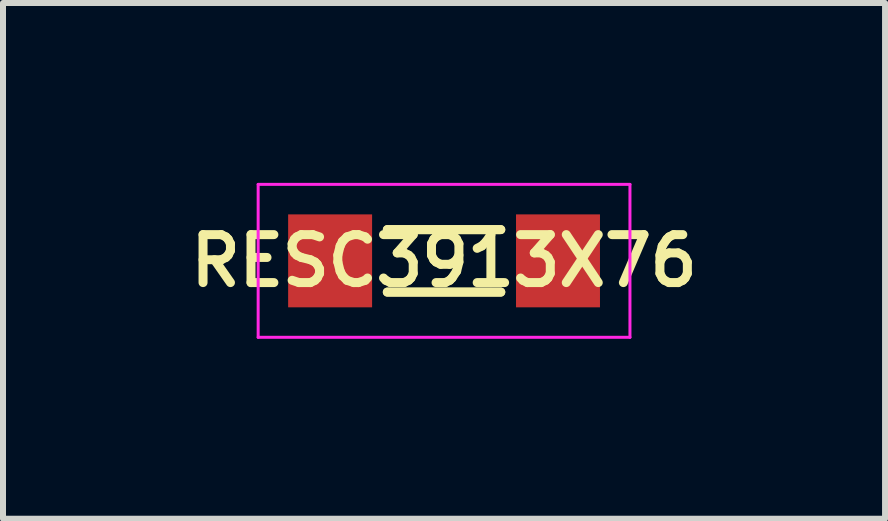
<source format=kicad_pcb>
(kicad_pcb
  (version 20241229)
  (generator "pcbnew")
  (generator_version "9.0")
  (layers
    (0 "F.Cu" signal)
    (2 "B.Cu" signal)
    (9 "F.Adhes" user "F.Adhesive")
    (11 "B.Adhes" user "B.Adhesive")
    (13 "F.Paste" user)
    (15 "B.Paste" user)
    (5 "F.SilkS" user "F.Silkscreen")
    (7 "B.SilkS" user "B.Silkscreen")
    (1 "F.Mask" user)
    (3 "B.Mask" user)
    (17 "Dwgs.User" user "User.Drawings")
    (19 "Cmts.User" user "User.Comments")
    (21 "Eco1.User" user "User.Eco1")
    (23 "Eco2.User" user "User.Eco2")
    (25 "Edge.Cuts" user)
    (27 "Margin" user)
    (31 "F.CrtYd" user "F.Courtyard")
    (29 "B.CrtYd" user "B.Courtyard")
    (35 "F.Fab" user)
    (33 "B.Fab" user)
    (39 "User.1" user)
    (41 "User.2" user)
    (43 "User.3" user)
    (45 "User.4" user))
  (footprint "RESC3913X76"
    (layer "F.Cu")
    (at 4.355 1.3)
    (property "Reference" "RESC3913X76" (at 0 0 0) (layer "F.SilkS") (effects (font (size 0.8 0.8) (thickness 0.15))))
    (attr smd)
    (fp_line (start -0.946 -0.521) (end 0.946 -0.521) (stroke (width 0.15) (type solid)) (layer "F.SilkS"))
    (fp_line (start -0.946 0.521) (end 0.946 0.521) (stroke (width 0.15) (type solid)) (layer "F.SilkS"))
    (fp_line (start 0.946 -0.521) (end -0.946 -0.521) (stroke (width 0.15) (type solid)) (layer "F.SilkS"))
    (fp_line (start 0.946 0.521) (end -0.946 0.521) (stroke (width 0.15) (type solid)) (layer "F.SilkS"))
    (fp_line (start -3.1 -1.275) (end 3.1 -1.275) (stroke (width 0.05) (type solid)) (layer "F.CrtYd"))
    (fp_line (start -3.1 1.275) (end -3.1 -1.275) (stroke (width 0.05) (type solid)) (layer "F.CrtYd"))
    (fp_line (start 3.1 -1.275) (end 3.1 1.275) (stroke (width 0.05) (type solid)) (layer "F.CrtYd"))
    (fp_line (start 3.1 1.275) (end -3.1 1.275) (stroke (width 0.05) (type solid)) (layer "F.CrtYd"))
    (pad "1" smd rect (at -1.9 0) (size 1.4 1.55) (layers "F.Cu" "F.Mask" "F.Paste"))
    (pad "2" smd rect (at 1.9 0) (size 1.4 1.55) (layers "F.Cu" "F.Mask" "F.Paste")))
  (gr_rect
    (start -3 -3)
    (end 11.709 5.6)
    (stroke (width 0.1) (type default))
    (fill no)
    (layer "Edge.Cuts")))
</source>
